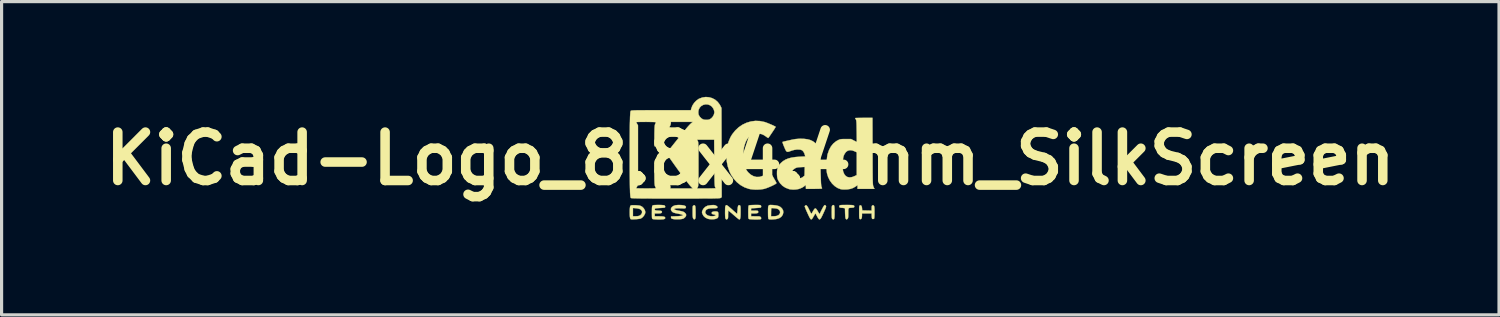
<source format=kicad_pcb>
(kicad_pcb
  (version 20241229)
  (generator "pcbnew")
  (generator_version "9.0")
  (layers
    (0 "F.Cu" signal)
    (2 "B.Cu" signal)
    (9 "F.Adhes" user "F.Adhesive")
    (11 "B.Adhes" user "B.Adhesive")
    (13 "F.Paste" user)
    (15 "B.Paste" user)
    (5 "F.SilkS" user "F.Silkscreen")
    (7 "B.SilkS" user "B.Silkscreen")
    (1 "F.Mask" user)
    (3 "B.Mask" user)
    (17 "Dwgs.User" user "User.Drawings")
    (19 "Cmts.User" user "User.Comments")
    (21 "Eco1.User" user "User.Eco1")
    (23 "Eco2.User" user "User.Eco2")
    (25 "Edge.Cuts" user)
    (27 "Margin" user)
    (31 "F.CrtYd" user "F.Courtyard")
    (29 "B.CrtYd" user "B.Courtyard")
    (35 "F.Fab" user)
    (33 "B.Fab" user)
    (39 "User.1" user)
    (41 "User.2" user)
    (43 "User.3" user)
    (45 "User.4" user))
  (footprint "KiCad-Logo_8.8x4.4mm_SilkScreen"
    (layer "F.Cu")
    (at 20.581 1.945)
    (property "Reference" "KiCad-Logo_8.8x4.4mm_SilkScreen" (at 0 0 0) (layer "F.SilkS") (effects (font (size 1.524 1.524) (thickness 0.3))))
    (attr through_hole)
    (fp_poly (pts (xy -1.749 1.472) (xy -1.738 1.487) (xy -1.73 1.518) (xy -1.726 1.568) (xy -1.724 1.638) (xy -1.723 1.687) (xy -1.723 1.766) (xy -1.724 1.824) (xy -1.727 1.863) (xy -1.733 1.887) (xy -1.738 1.897) (xy -1.759 1.915) (xy -1.778 1.911) (xy -1.796 1.889) (xy -1.804 1.873) (xy -1.81 1.846) (xy -1.814 1.807) (xy -1.816 1.749) (xy -1.816 1.676) (xy -1.816 1.603) (xy -1.815 1.553) (xy -1.813 1.519) (xy -1.809 1.498) (xy -1.802 1.486) (xy -1.793 1.479) (xy -1.785 1.476) (xy -1.764 1.469) (xy -1.749 1.472)) (stroke (width 0.01) (type solid)) (fill yes) (layer "F.SilkS"))
    (fp_poly (pts (xy 2.629 1.465) (xy 2.641 1.48) (xy 2.648 1.51) (xy 2.652 1.559) (xy 2.654 1.628) (xy 2.654 1.688) (xy 2.654 1.774) (xy 2.651 1.837) (xy 2.646 1.88) (xy 2.637 1.905) (xy 2.624 1.916) (xy 2.606 1.913) (xy 2.588 1.904) (xy 2.579 1.897) (xy 2.573 1.883) (xy 2.569 1.86) (xy 2.567 1.823) (xy 2.566 1.769) (xy 2.565 1.693) (xy 2.565 1.689) (xy 2.566 1.613) (xy 2.566 1.558) (xy 2.568 1.521) (xy 2.572 1.498) (xy 2.578 1.484) (xy 2.586 1.476) (xy 2.592 1.473) (xy 2.613 1.464) (xy 2.629 1.465)) (stroke (width 0.01) (type solid)) (fill yes) (layer "F.SilkS"))
    (fp_poly (pts (xy 3.12 1.461) (xy 3.184 1.463) (xy 3.228 1.467) (xy 3.256 1.475) (xy 3.271 1.486) (xy 3.276 1.502) (xy 3.274 1.52) (xy 3.266 1.535) (xy 3.242 1.543) (xy 3.207 1.546) (xy 3.158 1.549) (xy 3.124 1.553) (xy 3.103 1.563) (xy 3.092 1.583) (xy 3.087 1.618) (xy 3.086 1.67) (xy 3.086 1.719) (xy 3.086 1.786) (xy 3.084 1.833) (xy 3.08 1.863) (xy 3.074 1.883) (xy 3.064 1.895) (xy 3.063 1.897) (xy 3.04 1.914) (xy 3.025 1.914) (xy 3.008 1.897) (xy 2.999 1.875) (xy 2.993 1.832) (xy 2.988 1.766) (xy 2.986 1.72) (xy 2.982 1.565) (xy 2.944 1.557) (xy 2.901 1.551) (xy 2.864 1.549) (xy 2.824 1.542) (xy 2.802 1.523) (xy 2.803 1.495) (xy 2.806 1.487) (xy 2.813 1.477) (xy 2.823 1.47) (xy 2.84 1.466) (xy 2.869 1.463) (xy 2.912 1.461) (xy 2.975 1.461) (xy 3.034 1.46) (xy 3.12 1.461)) (stroke (width 0.01) (type solid)) (fill yes) (layer "F.SilkS"))
    (fp_poly (pts (xy 3.891 1.484) (xy 3.899 1.497) (xy 3.905 1.519) (xy 3.909 1.552) (xy 3.911 1.601) (xy 3.911 1.671) (xy 3.911 1.69) (xy 3.911 1.757) (xy 3.909 1.815) (xy 3.906 1.86) (xy 3.902 1.886) (xy 3.9 1.89) (xy 3.881 1.902) (xy 3.859 1.903) (xy 3.843 1.899) (xy 3.834 1.887) (xy 3.829 1.864) (xy 3.826 1.821) (xy 3.825 1.813) (xy 3.822 1.727) (xy 3.518 1.727) (xy 3.518 1.801) (xy 3.513 1.857) (xy 3.499 1.894) (xy 3.477 1.909) (xy 3.451 1.903) (xy 3.443 1.896) (xy 3.437 1.883) (xy 3.433 1.86) (xy 3.43 1.823) (xy 3.429 1.769) (xy 3.429 1.693) (xy 3.429 1.689) (xy 3.429 1.613) (xy 3.43 1.558) (xy 3.432 1.52) (xy 3.436 1.497) (xy 3.442 1.483) (xy 3.45 1.476) (xy 3.453 1.474) (xy 3.48 1.471) (xy 3.501 1.49) (xy 3.515 1.53) (xy 3.52 1.569) (xy 3.524 1.632) (xy 3.823 1.639) (xy 3.823 1.563) (xy 3.824 1.518) (xy 3.83 1.491) (xy 3.842 1.476) (xy 3.847 1.474) (xy 3.87 1.469) (xy 3.891 1.484)) (stroke (width 0.01) (type solid)) (fill yes) (layer "F.SilkS"))
    (fp_poly (pts (xy -3.644 1.468) (xy -3.584 1.47) (xy -3.527 1.475) (xy -3.482 1.481) (xy -3.47 1.484) (xy -3.408 1.514) (xy -3.357 1.563) (xy -3.322 1.623) (xy -3.316 1.641) (xy -3.307 1.682) (xy -3.309 1.713) (xy -3.321 1.747) (xy -3.351 1.801) (xy -3.393 1.849) (xy -3.439 1.882) (xy -3.46 1.891) (xy -3.49 1.897) (xy -3.537 1.903) (xy -3.592 1.908) (xy -3.65 1.911) (xy -3.702 1.913) (xy -3.742 1.912) (xy -3.761 1.91) (xy -3.775 1.899) (xy -3.785 1.874) (xy -3.792 1.831) (xy -3.793 1.816) (xy -3.696 1.816) (xy -3.627 1.816) (xy -3.58 1.815) (xy -3.536 1.811) (xy -3.52 1.808) (xy -3.471 1.789) (xy -3.434 1.755) (xy -3.412 1.713) (xy -3.409 1.669) (xy -3.417 1.643) (xy -3.448 1.607) (xy -3.497 1.582) (xy -3.568 1.567) (xy -3.604 1.563) (xy -3.696 1.555) (xy -3.696 1.816) (xy -3.793 1.816) (xy -3.796 1.769) (xy -3.797 1.685) (xy -3.797 1.67) (xy -3.795 1.595) (xy -3.79 1.539) (xy -3.783 1.503) (xy -3.781 1.499) (xy -3.772 1.484) (xy -3.76 1.475) (xy -3.74 1.47) (xy -3.706 1.468) (xy -3.652 1.468) (xy -3.644 1.468)) (stroke (width 0.01) (type solid)) (fill yes) (layer "F.SilkS"))
    (fp_poly (pts (xy 0.684 1.462) (xy 0.723 1.464) (xy 0.817 1.475) (xy 0.891 1.494) (xy 0.948 1.523) (xy 0.992 1.564) (xy 1 1.573) (xy 1.033 1.633) (xy 1.041 1.694) (xy 1.025 1.759) (xy 1.016 1.778) (xy 0.973 1.836) (xy 0.91 1.877) (xy 0.829 1.902) (xy 0.804 1.906) (xy 0.722 1.914) (xy 0.655 1.917) (xy 0.605 1.914) (xy 0.577 1.905) (xy 0.574 1.902) (xy 0.567 1.885) (xy 0.563 1.847) (xy 0.561 1.816) (xy 0.653 1.816) (xy 0.724 1.816) (xy 0.773 1.814) (xy 0.819 1.808) (xy 0.837 1.804) (xy 0.893 1.778) (xy 0.927 1.74) (xy 0.94 1.69) (xy 0.94 1.688) (xy 0.928 1.641) (xy 0.895 1.603) (xy 0.845 1.577) (xy 0.81 1.57) (xy 0.743 1.562) (xy 0.698 1.559) (xy 0.672 1.56) (xy 0.66 1.565) (xy 0.659 1.568) (xy 0.658 1.586) (xy 0.657 1.623) (xy 0.655 1.672) (xy 0.655 1.699) (xy 0.653 1.816) (xy 0.561 1.816) (xy 0.56 1.786) (xy 0.559 1.702) (xy 0.559 1.687) (xy 0.559 1.605) (xy 0.561 1.545) (xy 0.567 1.503) (xy 0.58 1.478) (xy 0.603 1.464) (xy 0.636 1.46) (xy 0.684 1.462)) (stroke (width 0.01) (type solid)) (fill yes) (layer "F.SilkS"))
    (fp_poly (pts (xy -1.12 1.467) (xy -1.088 1.478) (xy -1.08 1.482) (xy -1.046 1.504) (xy -1.033 1.523) (xy -1.038 1.545) (xy -1.04 1.548) (xy -1.054 1.557) (xy -1.084 1.562) (xy -1.133 1.566) (xy -1.183 1.567) (xy -1.263 1.57) (xy -1.322 1.58) (xy -1.363 1.596) (xy -1.392 1.62) (xy -1.41 1.652) (xy -1.42 1.684) (xy -1.416 1.71) (xy -1.409 1.725) (xy -1.375 1.768) (xy -1.328 1.796) (xy -1.265 1.811) (xy -1.233 1.814) (xy -1.179 1.814) (xy -1.136 1.808) (xy -1.106 1.799) (xy -1.093 1.788) (xy -1.097 1.776) (xy -1.122 1.765) (xy -1.149 1.76) (xy -1.188 1.75) (xy -1.209 1.735) (xy -1.214 1.724) (xy -1.213 1.695) (xy -1.188 1.676) (xy -1.141 1.665) (xy -1.104 1.664) (xy -1.055 1.666) (xy -1.025 1.677) (xy -1.009 1.701) (xy -1.005 1.742) (xy -1.006 1.779) (xy -1.009 1.824) (xy -1.015 1.851) (xy -1.028 1.868) (xy -1.05 1.883) (xy -1.051 1.883) (xy -1.1 1.902) (xy -1.164 1.911) (xy -1.235 1.912) (xy -1.304 1.904) (xy -1.344 1.893) (xy -1.418 1.857) (xy -1.473 1.805) (xy -1.506 1.744) (xy -1.519 1.708) (xy -1.521 1.681) (xy -1.512 1.65) (xy -1.506 1.633) (xy -1.47 1.571) (xy -1.418 1.521) (xy -1.356 1.488) (xy -1.35 1.486) (xy -1.312 1.478) (xy -1.26 1.47) (xy -1.213 1.465) (xy -1.158 1.463) (xy -1.12 1.467)) (stroke (width 0.01) (type solid)) (fill yes) (layer "F.SilkS"))
    (fp_poly (pts (xy -0.721 1.48) (xy -0.702 1.493) (xy -0.674 1.516) (xy -0.632 1.552) (xy -0.583 1.594) (xy -0.538 1.635) (xy -0.493 1.675) (xy -0.455 1.708) (xy -0.428 1.731) (xy -0.416 1.74) (xy -0.416 1.74) (xy -0.413 1.728) (xy -0.409 1.696) (xy -0.405 1.65) (xy -0.402 1.616) (xy -0.395 1.546) (xy -0.386 1.499) (xy -0.371 1.473) (xy -0.352 1.466) (xy -0.328 1.474) (xy -0.319 1.481) (xy -0.313 1.493) (xy -0.309 1.515) (xy -0.306 1.549) (xy -0.305 1.601) (xy -0.305 1.675) (xy -0.305 1.678) (xy -0.306 1.765) (xy -0.309 1.83) (xy -0.315 1.875) (xy -0.324 1.902) (xy -0.337 1.916) (xy -0.347 1.918) (xy -0.362 1.91) (xy -0.392 1.887) (xy -0.433 1.854) (xy -0.483 1.811) (xy -0.521 1.778) (xy -0.574 1.731) (xy -0.621 1.692) (xy -0.658 1.661) (xy -0.682 1.642) (xy -0.689 1.638) (xy -0.693 1.65) (xy -0.696 1.682) (xy -0.698 1.728) (xy -0.699 1.765) (xy -0.699 1.824) (xy -0.701 1.862) (xy -0.706 1.885) (xy -0.714 1.898) (xy -0.723 1.905) (xy -0.747 1.916) (xy -0.761 1.913) (xy -0.776 1.897) (xy -0.784 1.881) (xy -0.789 1.85) (xy -0.792 1.803) (xy -0.794 1.736) (xy -0.794 1.688) (xy -0.793 1.613) (xy -0.792 1.559) (xy -0.789 1.522) (xy -0.784 1.498) (xy -0.777 1.483) (xy -0.772 1.478) (xy -0.758 1.466) (xy -0.743 1.466) (xy -0.721 1.48)) (stroke (width 0.01) (type solid)) (fill yes) (layer "F.SilkS"))
    (fp_poly (pts (xy 0.234 1.46) (xy 0.282 1.462) (xy 0.315 1.466) (xy 0.323 1.468) (xy 0.338 1.485) (xy 0.343 1.511) (xy 0.337 1.534) (xy 0.327 1.543) (xy 0.306 1.546) (xy 0.267 1.55) (xy 0.217 1.554) (xy 0.162 1.558) (xy 0.111 1.561) (xy 0.073 1.562) (xy 0.042 1.564) (xy 0.028 1.573) (xy 0.025 1.596) (xy 0.025 1.6) (xy 0.025 1.638) (xy 0.132 1.638) (xy 0.185 1.639) (xy 0.218 1.641) (xy 0.236 1.647) (xy 0.245 1.657) (xy 0.248 1.664) (xy 0.251 1.692) (xy 0.237 1.711) (xy 0.205 1.722) (xy 0.15 1.727) (xy 0.125 1.727) (xy 0.025 1.727) (xy 0.025 1.816) (xy 0.143 1.818) (xy 0.195 1.818) (xy 0.238 1.818) (xy 0.264 1.818) (xy 0.269 1.818) (xy 0.287 1.821) (xy 0.311 1.829) (xy 0.334 1.847) (xy 0.343 1.874) (xy 0.338 1.898) (xy 0.323 1.91) (xy 0.299 1.914) (xy 0.257 1.916) (xy 0.202 1.917) (xy 0.141 1.917) (xy 0.08 1.915) (xy 0.026 1.912) (xy -0.015 1.909) (xy -0.035 1.905) (xy -0.046 1.899) (xy -0.053 1.891) (xy -0.058 1.876) (xy -0.061 1.85) (xy -0.063 1.809) (xy -0.063 1.75) (xy -0.064 1.692) (xy -0.063 1.604) (xy -0.06 1.54) (xy -0.056 1.498) (xy -0.049 1.477) (xy -0.048 1.476) (xy -0.031 1.47) (xy 0.006 1.466) (xy 0.057 1.463) (xy 0.116 1.461) (xy 0.177 1.46) (xy 0.234 1.46)) (stroke (width 0.01) (type solid)) (fill yes) (layer "F.SilkS"))
    (fp_poly (pts (xy -2.158 1.465) (xy -2.093 1.475) (xy -2.049 1.492) (xy -2.027 1.515) (xy -2.029 1.543) (xy -2.03 1.546) (xy -2.038 1.557) (xy -2.05 1.564) (xy -2.071 1.568) (xy -2.107 1.568) (xy -2.161 1.567) (xy -2.187 1.566) (xy -2.267 1.564) (xy -2.33 1.567) (xy -2.372 1.574) (xy -2.393 1.585) (xy -2.392 1.599) (xy -2.385 1.606) (xy -2.363 1.614) (xy -2.323 1.626) (xy -2.271 1.637) (xy -2.234 1.644) (xy -2.171 1.656) (xy -2.127 1.668) (xy -2.095 1.681) (xy -2.069 1.699) (xy -2.062 1.705) (xy -2.029 1.743) (xy -2.019 1.777) (xy -2.03 1.816) (xy -2.059 1.854) (xy -2.099 1.885) (xy -2.117 1.893) (xy -2.156 1.903) (xy -2.212 1.909) (xy -2.277 1.912) (xy -2.342 1.912) (xy -2.4 1.908) (xy -2.438 1.902) (xy -2.474 1.89) (xy -2.491 1.876) (xy -2.496 1.856) (xy -2.496 1.854) (xy -2.496 1.822) (xy -2.33 1.816) (xy -2.266 1.813) (xy -2.209 1.808) (xy -2.166 1.802) (xy -2.142 1.796) (xy -2.14 1.795) (xy -2.124 1.783) (xy -2.128 1.775) (xy -2.147 1.766) (xy -2.172 1.758) (xy -2.216 1.747) (xy -2.27 1.735) (xy -2.302 1.729) (xy -2.365 1.716) (xy -2.408 1.704) (xy -2.439 1.69) (xy -2.462 1.672) (xy -2.464 1.669) (xy -2.495 1.627) (xy -2.501 1.584) (xy -2.481 1.541) (xy -2.466 1.524) (xy -2.421 1.492) (xy -2.363 1.471) (xy -2.287 1.462) (xy -2.242 1.461) (xy -2.158 1.465)) (stroke (width 0.01) (type solid)) (fill yes) (layer "F.SilkS"))
    (fp_poly (pts (xy 2.367 1.472) (xy 2.384 1.497) (xy 2.388 1.512) (xy 2.382 1.534) (xy 2.368 1.573) (xy 2.346 1.624) (xy 2.32 1.682) (xy 2.292 1.743) (xy 2.265 1.8) (xy 2.24 1.848) (xy 2.22 1.883) (xy 2.21 1.897) (xy 2.186 1.913) (xy 2.169 1.914) (xy 2.155 1.9) (xy 2.133 1.87) (xy 2.109 1.828) (xy 2.103 1.817) (xy 2.081 1.775) (xy 2.063 1.744) (xy 2.053 1.728) (xy 2.051 1.727) (xy 2.044 1.737) (xy 2.027 1.765) (xy 2.005 1.803) (xy 1.999 1.813) (xy 1.967 1.868) (xy 1.943 1.902) (xy 1.924 1.916) (xy 1.906 1.911) (xy 1.888 1.89) (xy 1.879 1.876) (xy 1.863 1.846) (xy 1.84 1.801) (xy 1.815 1.746) (xy 1.788 1.687) (xy 1.762 1.629) (xy 1.74 1.577) (xy 1.724 1.535) (xy 1.715 1.51) (xy 1.714 1.506) (xy 1.725 1.485) (xy 1.739 1.474) (xy 1.757 1.47) (xy 1.777 1.48) (xy 1.799 1.507) (xy 1.826 1.552) (xy 1.859 1.619) (xy 1.866 1.634) (xy 1.889 1.68) (xy 1.907 1.716) (xy 1.92 1.737) (xy 1.922 1.74) (xy 1.931 1.73) (xy 1.948 1.703) (xy 1.97 1.664) (xy 1.974 1.659) (xy 2.005 1.607) (xy 2.029 1.577) (xy 2.051 1.569) (xy 2.075 1.583) (xy 2.102 1.62) (xy 2.131 1.667) (xy 2.181 1.753) (xy 2.238 1.635) (xy 2.265 1.582) (xy 2.291 1.534) (xy 2.312 1.499) (xy 2.321 1.486) (xy 2.341 1.466) (xy 2.356 1.464) (xy 2.367 1.472)) (stroke (width 0.01) (type solid)) (fill yes) (layer "F.SilkS"))
    (fp_poly (pts (xy -2.83 1.461) (xy -2.773 1.464) (xy -2.73 1.468) (xy -2.706 1.473) (xy -2.704 1.474) (xy -2.686 1.493) (xy -2.68 1.519) (xy -2.687 1.54) (xy -2.69 1.542) (xy -2.706 1.545) (xy -2.742 1.549) (xy -2.792 1.553) (xy -2.839 1.556) (xy -2.908 1.56) (xy -2.956 1.564) (xy -2.986 1.569) (xy -3.002 1.576) (xy -3.008 1.586) (xy -3.008 1.6) (xy -3.008 1.603) (xy -3.004 1.617) (xy -2.993 1.626) (xy -2.972 1.632) (xy -2.933 1.636) (xy -2.896 1.638) (xy -2.842 1.642) (xy -2.809 1.647) (xy -2.791 1.655) (xy -2.784 1.665) (xy -2.784 1.667) (xy -2.784 1.695) (xy -2.8 1.713) (xy -2.835 1.723) (xy -2.891 1.727) (xy -2.91 1.727) (xy -3.01 1.727) (xy -3.01 1.816) (xy -2.88 1.817) (xy -2.803 1.819) (xy -2.749 1.823) (xy -2.713 1.831) (xy -2.692 1.842) (xy -2.682 1.857) (xy -2.682 1.86) (xy -2.682 1.882) (xy -2.695 1.898) (xy -2.723 1.908) (xy -2.769 1.914) (xy -2.837 1.917) (xy -2.882 1.917) (xy -2.946 1.916) (xy -3.002 1.913) (xy -3.046 1.909) (xy -3.07 1.905) (xy -3.07 1.905) (xy -3.081 1.899) (xy -3.089 1.891) (xy -3.094 1.876) (xy -3.097 1.849) (xy -3.098 1.808) (xy -3.099 1.747) (xy -3.099 1.697) (xy -3.098 1.619) (xy -3.097 1.563) (xy -3.094 1.524) (xy -3.089 1.499) (xy -3.082 1.484) (xy -3.079 1.48) (xy -3.066 1.472) (xy -3.043 1.466) (xy -3.007 1.463) (xy -2.952 1.461) (xy -2.894 1.46) (xy -2.83 1.461)) (stroke (width 0.01) (type solid)) (fill yes) (layer "F.SilkS"))
    (fp_poly (pts (xy 0.305 -1.182) (xy 0.447 -1.153) (xy 0.478 -1.143) (xy 0.528 -1.125) (xy 0.584 -1.102) (xy 0.642 -1.078) (xy 0.698 -1.054) (xy 0.745 -1.031) (xy 0.781 -1.013) (xy 0.798 -1.002) (xy 0.8 -1) (xy 0.793 -0.986) (xy 0.775 -0.957) (xy 0.749 -0.915) (xy 0.716 -0.865) (xy 0.681 -0.813) (xy 0.646 -0.761) (xy 0.614 -0.714) (xy 0.588 -0.677) (xy 0.57 -0.654) (xy 0.564 -0.648) (xy 0.552 -0.655) (xy 0.524 -0.673) (xy 0.492 -0.697) (xy 0.419 -0.744) (xy 0.35 -0.773) (xy 0.277 -0.785) (xy 0.206 -0.785) (xy 0.109 -0.77) (xy 0.026 -0.736) (xy -0.044 -0.682) (xy -0.103 -0.608) (xy -0.151 -0.512) (xy -0.189 -0.393) (xy -0.19 -0.388) (xy -0.202 -0.336) (xy -0.209 -0.282) (xy -0.214 -0.218) (xy -0.216 -0.139) (xy -0.216 -0.102) (xy -0.212 0.032) (xy -0.199 0.145) (xy -0.176 0.241) (xy -0.142 0.324) (xy -0.097 0.396) (xy -0.06 0.44) (xy 0.017 0.508) (xy 0.102 0.554) (xy 0.191 0.578) (xy 0.282 0.577) (xy 0.305 0.573) (xy 0.397 0.543) (xy 0.489 0.496) (xy 0.555 0.45) (xy 0.608 0.406) (xy 0.632 0.441) (xy 0.655 0.475) (xy 0.683 0.521) (xy 0.715 0.573) (xy 0.747 0.628) (xy 0.777 0.68) (xy 0.802 0.724) (xy 0.819 0.757) (xy 0.825 0.773) (xy 0.826 0.773) (xy 0.814 0.786) (xy 0.784 0.806) (xy 0.738 0.831) (xy 0.683 0.858) (xy 0.621 0.886) (xy 0.558 0.912) (xy 0.499 0.934) (xy 0.447 0.951) (xy 0.416 0.958) (xy 0.324 0.971) (xy 0.222 0.977) (xy 0.118 0.975) (xy 0.022 0.966) (xy -0.048 0.952) (xy -0.183 0.904) (xy -0.309 0.833) (xy -0.423 0.742) (xy -0.522 0.633) (xy -0.606 0.506) (xy -0.656 0.403) (xy -0.707 0.254) (xy -0.74 0.096) (xy -0.753 -0.066) (xy -0.748 -0.228) (xy -0.724 -0.386) (xy -0.683 -0.535) (xy -0.624 -0.673) (xy -0.57 -0.764) (xy -0.474 -0.884) (xy -0.365 -0.986) (xy -0.244 -1.069) (xy -0.114 -1.13) (xy 0.022 -1.17) (xy 0.163 -1.188) (xy 0.305 -1.182)) (stroke (width 0.01) (type solid)) (fill yes) (layer "F.SilkS"))
    (fp_poly (pts (xy 3.848 -1.254) (xy 3.848 -1.237) (xy 3.848 -1.197) (xy 3.848 -1.135) (xy 3.848 -1.054) (xy 3.849 -0.955) (xy 3.849 -0.84) (xy 3.849 -0.712) (xy 3.85 -0.572) (xy 3.85 -0.423) (xy 3.851 -0.266) (xy 3.851 -0.197) (xy 3.852 -0.011) (xy 3.852 0.151) (xy 3.853 0.291) (xy 3.853 0.41) (xy 3.854 0.511) (xy 3.855 0.596) (xy 3.856 0.665) (xy 3.858 0.721) (xy 3.86 0.766) (xy 3.862 0.8) (xy 3.864 0.827) (xy 3.867 0.847) (xy 3.871 0.862) (xy 3.875 0.874) (xy 3.879 0.886) (xy 3.882 0.892) (xy 3.91 0.953) (xy 3.378 0.953) (xy 3.378 0.837) (xy 3.319 0.878) (xy 3.24 0.924) (xy 3.157 0.954) (xy 3.063 0.969) (xy 3.016 0.972) (xy 2.958 0.973) (xy 2.903 0.971) (xy 2.862 0.966) (xy 2.853 0.965) (xy 2.752 0.927) (xy 2.659 0.866) (xy 2.577 0.787) (xy 2.507 0.691) (xy 2.452 0.581) (xy 2.418 0.472) (xy 2.408 0.412) (xy 2.403 0.333) (xy 2.401 0.242) (xy 2.402 0.202) (xy 2.909 0.202) (xy 2.911 0.283) (xy 2.916 0.354) (xy 2.925 0.407) (xy 2.926 0.41) (xy 2.959 0.489) (xy 3.004 0.546) (xy 3.062 0.581) (xy 3.13 0.593) (xy 3.207 0.582) (xy 3.282 0.553) (xy 3.353 0.519) (xy 3.353 -0.198) (xy 3.294 -0.227) (xy 3.21 -0.258) (xy 3.135 -0.265) (xy 3.069 -0.248) (xy 3.013 -0.208) (xy 2.967 -0.144) (xy 2.94 -0.083) (xy 2.927 -0.031) (xy 2.918 0.038) (xy 2.912 0.118) (xy 2.909 0.202) (xy 2.402 0.202) (xy 2.403 0.146) (xy 2.409 0.05) (xy 2.418 -0.038) (xy 2.429 -0.112) (xy 2.436 -0.142) (xy 2.481 -0.27) (xy 2.54 -0.381) (xy 2.614 -0.473) (xy 2.701 -0.544) (xy 2.753 -0.574) (xy 2.789 -0.591) (xy 2.818 -0.603) (xy 2.848 -0.61) (xy 2.883 -0.614) (xy 2.931 -0.616) (xy 2.998 -0.616) (xy 3.172 -0.616) (xy 3.355 -0.522) (xy 3.351 -0.861) (xy 3.349 -0.965) (xy 3.348 -1.047) (xy 3.346 -1.109) (xy 3.343 -1.155) (xy 3.339 -1.188) (xy 3.335 -1.211) (xy 3.329 -1.227) (xy 3.324 -1.235) (xy 3.309 -1.261) (xy 3.302 -1.276) (xy 3.302 -1.276) (xy 3.314 -1.278) (xy 3.348 -1.28) (xy 3.4 -1.281) (xy 3.466 -1.282) (xy 3.543 -1.283) (xy 3.575 -1.283) (xy 3.848 -1.283) (xy 3.848 -1.254)) (stroke (width 0.01) (type solid)) (fill yes) (layer "F.SilkS"))
    (fp_poly (pts (xy 1.705 -0.621) (xy 1.804 -0.608) (xy 1.888 -0.585) (xy 1.962 -0.551) (xy 1.998 -0.528) (xy 2.062 -0.477) (xy 2.111 -0.421) (xy 2.15 -0.35) (xy 2.172 -0.298) (xy 2.179 -0.279) (xy 2.185 -0.259) (xy 2.189 -0.236) (xy 2.194 -0.207) (xy 2.197 -0.171) (xy 2.2 -0.123) (xy 2.203 -0.063) (xy 2.205 0.014) (xy 2.208 0.109) (xy 2.21 0.225) (xy 2.212 0.311) (xy 2.215 0.45) (xy 2.219 0.565) (xy 2.222 0.659) (xy 2.225 0.733) (xy 2.228 0.791) (xy 2.232 0.834) (xy 2.236 0.864) (xy 2.241 0.883) (xy 2.242 0.886) (xy 2.255 0.917) (xy 2.26 0.939) (xy 2.261 0.94) (xy 2.248 0.945) (xy 2.213 0.948) (xy 2.157 0.951) (xy 2.082 0.952) (xy 2.007 0.953) (xy 1.753 0.953) (xy 1.751 0.905) (xy 1.75 0.871) (xy 1.751 0.85) (xy 1.751 0.848) (xy 1.746 0.838) (xy 1.73 0.844) (xy 1.715 0.857) (xy 1.684 0.883) (xy 1.636 0.912) (xy 1.579 0.938) (xy 1.521 0.958) (xy 1.516 0.959) (xy 1.436 0.972) (xy 1.348 0.976) (xy 1.264 0.969) (xy 1.219 0.96) (xy 1.108 0.917) (xy 1.014 0.856) (xy 0.937 0.776) (xy 0.887 0.696) (xy 0.867 0.655) (xy 0.855 0.619) (xy 0.847 0.58) (xy 0.843 0.528) (xy 0.841 0.489) (xy 0.841 0.462) (xy 1.308 0.462) (xy 1.314 0.511) (xy 1.335 0.55) (xy 1.342 0.559) (xy 1.372 0.59) (xy 1.402 0.608) (xy 1.44 0.618) (xy 1.494 0.619) (xy 1.52 0.619) (xy 1.571 0.616) (xy 1.605 0.609) (xy 1.633 0.596) (xy 1.66 0.576) (xy 1.708 0.537) (xy 1.712 0.4) (xy 1.715 0.263) (xy 1.589 0.269) (xy 1.526 0.273) (xy 1.481 0.279) (xy 1.447 0.289) (xy 1.416 0.303) (xy 1.407 0.309) (xy 1.353 0.347) (xy 1.322 0.39) (xy 1.309 0.442) (xy 1.308 0.462) (xy 0.841 0.462) (xy 0.842 0.393) (xy 0.854 0.315) (xy 0.88 0.248) (xy 0.922 0.185) (xy 0.964 0.139) (xy 1.033 0.079) (xy 1.11 0.032) (xy 1.198 -0.004) (xy 1.301 -0.031) (xy 1.422 -0.049) (xy 1.559 -0.059) (xy 1.73 -0.068) (xy 1.722 -0.106) (xy 1.701 -0.169) (xy 1.669 -0.224) (xy 1.634 -0.26) (xy 1.591 -0.278) (xy 1.531 -0.286) (xy 1.459 -0.285) (xy 1.382 -0.273) (xy 1.305 -0.252) (xy 1.295 -0.248) (xy 1.237 -0.227) (xy 1.194 -0.214) (xy 1.164 -0.213) (xy 1.14 -0.227) (xy 1.119 -0.256) (xy 1.096 -0.304) (xy 1.071 -0.362) (xy 1.047 -0.419) (xy 1.029 -0.468) (xy 1.017 -0.504) (xy 1.014 -0.522) (xy 1.014 -0.523) (xy 1.03 -0.529) (xy 1.063 -0.538) (xy 1.109 -0.549) (xy 1.118 -0.551) (xy 1.177 -0.564) (xy 1.247 -0.58) (xy 1.316 -0.595) (xy 1.327 -0.598) (xy 1.423 -0.615) (xy 1.528 -0.624) (xy 1.587 -0.625) (xy 1.705 -0.621)) (stroke (width 0.01) (type solid)) (fill yes) (layer "F.SilkS"))
    (fp_poly (pts (xy -1.3 -1.932) (xy -1.201 -1.904) (xy -1.109 -1.856) (xy -1.029 -1.788) (xy -0.964 -1.703) (xy -0.943 -1.665) (xy -0.908 -1.594) (xy -0.901 1.213) (xy -0.928 1.235) (xy -0.934 1.239) (xy -0.942 1.242) (xy -0.954 1.244) (xy -0.972 1.247) (xy -0.996 1.249) (xy -1.029 1.251) (xy -1.072 1.252) (xy -1.126 1.253) (xy -1.193 1.255) (xy -1.274 1.255) (xy -1.37 1.256) (xy -1.483 1.256) (xy -1.614 1.257) (xy -1.765 1.257) (xy -1.938 1.257) (xy -2.133 1.257) (xy -2.35 1.257) (xy -2.572 1.257) (xy -2.77 1.257) (xy -2.945 1.257) (xy -3.099 1.257) (xy -3.233 1.256) (xy -3.348 1.255) (xy -3.446 1.255) (xy -3.528 1.254) (xy -3.595 1.252) (xy -3.648 1.251) (xy -3.69 1.249) (xy -3.721 1.247) (xy -3.742 1.245) (xy -3.755 1.243) (xy -3.762 1.24) (xy -3.763 1.239) (xy -3.768 1.229) (xy -3.774 1.208) (xy -3.778 1.175) (xy -3.782 1.131) (xy -3.786 1.072) (xy -3.788 0.998) (xy -3.791 0.908) (xy -3.793 0.801) (xy -3.794 0.674) (xy -3.796 0.528) (xy -3.797 0.36) (xy -3.797 0.17) (xy -3.797 -0.043) (xy -3.797 -0.133) (xy -3.797 -0.357) (xy -3.797 -0.556) (xy -3.796 -0.732) (xy -3.795 -0.886) (xy -3.794 -1.02) (xy -3.792 -1.135) (xy -3.791 -1.15) (xy -3.594 -1.15) (xy -3.588 -1.137) (xy -3.573 -1.11) (xy -3.566 -1.096) (xy -3.537 -1.048) (xy -3.537 0.832) (xy -3.566 0.88) (xy -3.583 0.911) (xy -3.593 0.931) (xy -3.594 0.934) (xy -3.582 0.936) (xy -3.548 0.937) (xy -3.495 0.938) (xy -3.428 0.939) (xy -3.348 0.94) (xy -3.283 0.94) (xy -3.197 0.94) (xy -3.12 0.939) (xy -3.056 0.938) (xy -3.008 0.936) (xy -2.979 0.934) (xy -2.972 0.933) (xy -2.977 0.918) (xy -2.991 0.891) (xy -2.994 0.885) (xy -3.001 0.869) (xy -3.007 0.847) (xy -3.011 0.817) (xy -3.015 0.775) (xy -3.017 0.718) (xy -3.019 0.642) (xy -3.02 0.546) (xy -3.021 0.458) (xy -3.022 0.374) (xy -3.022 0.3) (xy -3.022 0.239) (xy -3.021 0.198) (xy -3.02 0.185) (xy -3.016 0.123) (xy -2.96 0.198) (xy -2.88 0.306) (xy -2.804 0.409) (xy -2.735 0.504) (xy -2.674 0.59) (xy -2.624 0.664) (xy -2.584 0.723) (xy -2.558 0.765) (xy -2.551 0.778) (xy -2.532 0.824) (xy -2.518 0.868) (xy -2.515 0.895) (xy -2.515 0.94) (xy -1.813 0.94) (xy -1.888 0.86) (xy -1.921 0.822) (xy -1.966 0.765) (xy -2.024 0.692) (xy -2.091 0.603) (xy -2.166 0.501) (xy -2.249 0.389) (xy -2.337 0.267) (xy -2.429 0.138) (xy -2.459 0.095) (xy -2.514 0.018) (xy -2.555 -0.041) (xy -2.586 -0.086) (xy -2.606 -0.117) (xy -2.619 -0.139) (xy -2.626 -0.154) (xy -2.629 -0.165) (xy -2.629 -0.169) (xy -2.621 -0.183) (xy -2.599 -0.214) (xy -2.565 -0.26) (xy -2.521 -0.318) (xy -2.468 -0.387) (xy -2.408 -0.462) (xy -2.365 -0.516) (xy -2.3 -0.597) (xy -1.677 -0.597) (xy -1.655 -0.556) (xy -1.65 -0.545) (xy -1.645 -0.532) (xy -1.642 -0.513) (xy -1.639 -0.488) (xy -1.637 -0.453) (xy -1.635 -0.407) (xy -1.634 -0.347) (xy -1.633 -0.272) (xy -1.632 -0.179) (xy -1.632 -0.067) (xy -1.632 0.067) (xy -1.632 0.171) (xy -1.632 0.322) (xy -1.632 0.449) (xy -1.633 0.555) (xy -1.633 0.641) (xy -1.634 0.711) (xy -1.636 0.766) (xy -1.638 0.808) (xy -1.64 0.84) (xy -1.643 0.863) (xy -1.647 0.879) (xy -1.651 0.892) (xy -1.655 0.899) (xy -1.677 0.94) (xy -1.385 0.94) (xy -1.301 0.94) (xy -1.228 0.939) (xy -1.166 0.937) (xy -1.121 0.936) (xy -1.096 0.934) (xy -1.092 0.933) (xy -1.097 0.918) (xy -1.11 0.892) (xy -1.114 0.88) (xy -1.117 0.86) (xy -1.12 0.829) (xy -1.123 0.787) (xy -1.125 0.731) (xy -1.127 0.659) (xy -1.128 0.569) (xy -1.13 0.461) (xy -1.131 0.33) (xy -1.132 0.177) (xy -1.132 0.13) (xy -1.137 -0.597) (xy -1.677 -0.597) (xy -2.3 -0.597) (xy -2.268 -0.637) (xy -2.185 -0.74) (xy -2.115 -0.827) (xy -2.056 -0.898) (xy -2.008 -0.957) (xy -1.968 -1.004) (xy -1.934 -1.041) (xy -1.907 -1.07) (xy -1.884 -1.093) (xy -1.865 -1.11) (xy -1.812 -1.156) (xy -2.157 -1.156) (xy -2.502 -1.156) (xy -2.502 -1.114) (xy -2.508 -1.08) (xy -2.524 -1.036) (xy -2.537 -1.01) (xy -2.553 -0.986) (xy -2.58 -0.947) (xy -2.617 -0.895) (xy -2.662 -0.834) (xy -2.712 -0.767) (xy -2.765 -0.697) (xy -2.819 -0.627) (xy -2.87 -0.561) (xy -2.917 -0.501) (xy -2.957 -0.45) (xy -2.988 -0.412) (xy -3.007 -0.39) (xy -3.011 -0.386) (xy -3.015 -0.396) (xy -3.018 -0.43) (xy -3.02 -0.488) (xy -3.021 -0.569) (xy -3.02 -0.671) (xy -3.02 -0.713) (xy -3.019 -0.817) (xy -3.017 -0.898) (xy -3.015 -0.961) (xy -3.012 -1.007) (xy -3.009 -1.041) (xy -3.004 -1.065) (xy -2.998 -1.084) (xy -2.994 -1.091) (xy -2.98 -1.122) (xy -2.972 -1.143) (xy -2.972 -1.145) (xy -2.984 -1.148) (xy -3.018 -1.151) (xy -3.071 -1.153) (xy -3.138 -1.154) (xy -3.218 -1.155) (xy -3.283 -1.156) (xy -3.369 -1.155) (xy -3.446 -1.155) (xy -3.51 -1.154) (xy -3.558 -1.153) (xy -3.587 -1.151) (xy -3.594 -1.15) (xy -3.791 -1.15) (xy -3.789 -1.232) (xy -3.787 -1.312) (xy -3.783 -1.376) (xy -3.78 -1.426) (xy -3.775 -1.463) (xy -3.775 -1.467) (xy -1.638 -1.467) (xy -1.631 -1.396) (xy -1.621 -1.368) (xy -1.588 -1.315) (xy -1.541 -1.268) (xy -1.492 -1.237) (xy -1.447 -1.225) (xy -1.389 -1.22) (xy -1.331 -1.223) (xy -1.287 -1.233) (xy -1.232 -1.266) (xy -1.184 -1.317) (xy -1.149 -1.378) (xy -1.132 -1.443) (xy -1.131 -1.461) (xy -1.136 -1.498) (xy -1.151 -1.544) (xy -1.163 -1.572) (xy -1.207 -1.635) (xy -1.265 -1.679) (xy -1.333 -1.704) (xy -1.406 -1.709) (xy -1.479 -1.693) (xy -1.546 -1.655) (xy -1.594 -1.604) (xy -1.626 -1.539) (xy -1.638 -1.467) (xy -3.775 -1.467) (xy -3.77 -1.488) (xy -3.765 -1.503) (xy -3.763 -1.506) (xy -3.756 -1.51) (xy -3.742 -1.513) (xy -3.72 -1.515) (xy -3.688 -1.517) (xy -3.643 -1.519) (xy -3.585 -1.521) (xy -3.512 -1.522) (xy -3.422 -1.523) (xy -3.314 -1.523) (xy -3.186 -1.524) (xy -3.036 -1.524) (xy -2.862 -1.524) (xy -2.808 -1.524) (xy -1.872 -1.524) (xy -1.856 -1.586) (xy -1.822 -1.672) (xy -1.769 -1.753) (xy -1.702 -1.824) (xy -1.625 -1.879) (xy -1.613 -1.886) (xy -1.51 -1.924) (xy -1.404 -1.94) (xy -1.3 -1.932)) (stroke (width 0.01) (type solid)) (fill yes) (layer "F.SilkS")))
  (gr_rect
    (start -3 -3)
    (end 44.163 6.867)
    (stroke (width 0.1) (type default))
    (fill no)
    (layer "Edge.Cuts")))
</source>
